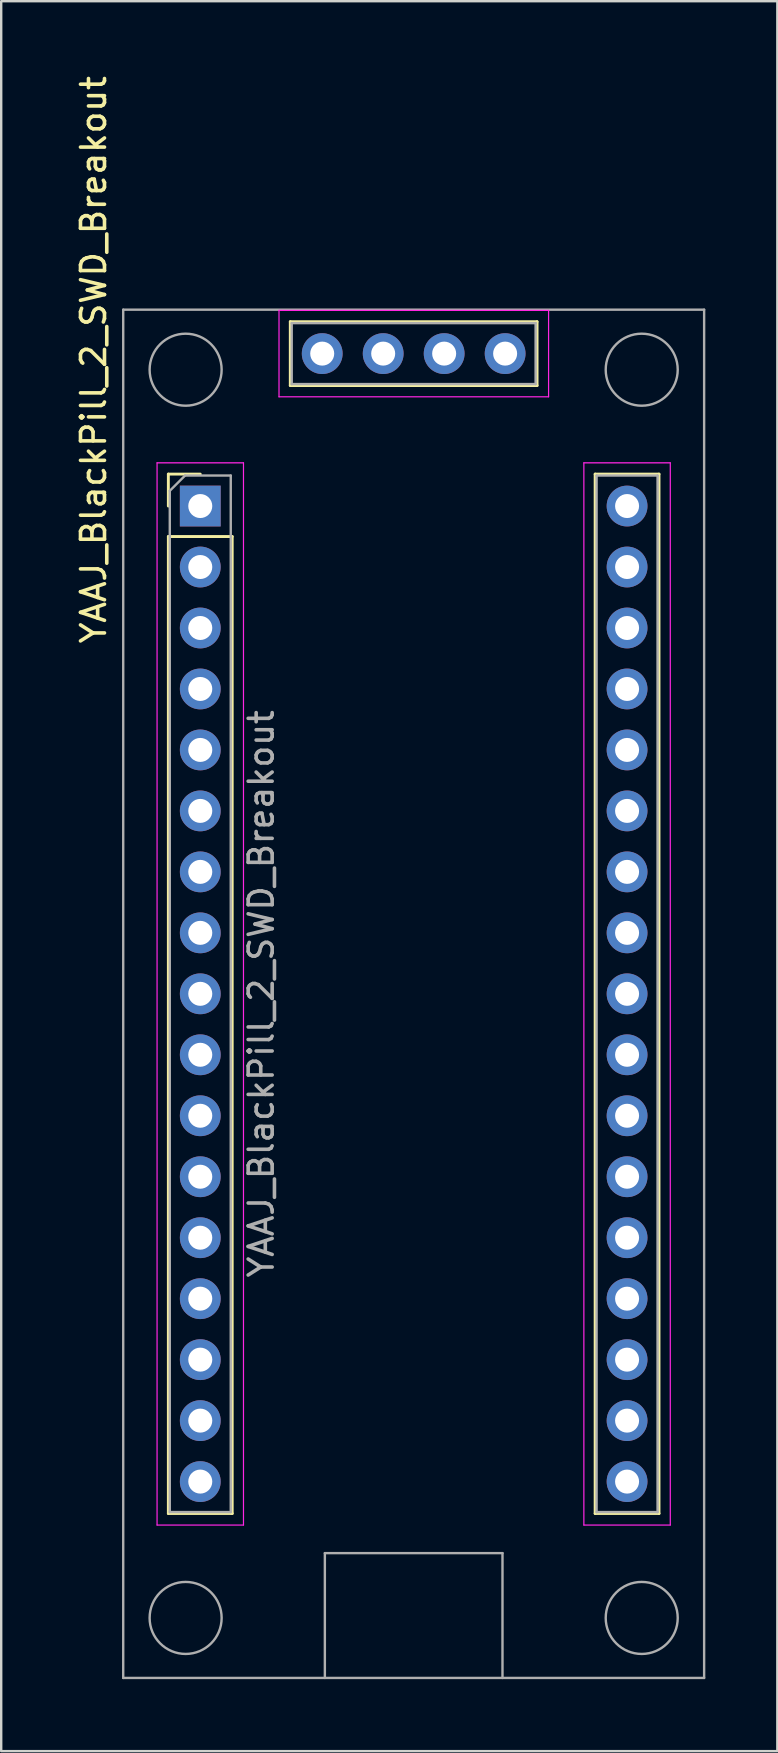
<source format=kicad_pcb>
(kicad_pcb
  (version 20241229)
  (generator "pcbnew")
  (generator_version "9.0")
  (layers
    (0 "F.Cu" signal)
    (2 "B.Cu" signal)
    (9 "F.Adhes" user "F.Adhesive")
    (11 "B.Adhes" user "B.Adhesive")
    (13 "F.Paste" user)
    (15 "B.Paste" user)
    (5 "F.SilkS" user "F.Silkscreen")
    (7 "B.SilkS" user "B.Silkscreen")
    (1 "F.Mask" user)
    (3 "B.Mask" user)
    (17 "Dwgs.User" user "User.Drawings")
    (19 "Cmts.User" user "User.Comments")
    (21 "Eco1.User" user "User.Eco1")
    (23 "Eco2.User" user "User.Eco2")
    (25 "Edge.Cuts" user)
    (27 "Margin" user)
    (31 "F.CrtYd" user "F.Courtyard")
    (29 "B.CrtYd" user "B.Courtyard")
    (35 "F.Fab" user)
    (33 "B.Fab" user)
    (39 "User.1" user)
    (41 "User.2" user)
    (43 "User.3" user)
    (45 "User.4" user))
  (footprint "YAAJ_BlackPill_2_SWD_Breakout"
    (layer "F.Cu")
    (at 14.183 38.351)
    (property "Reference" "YAAJ_BlackPill_2_SWD_Breakout" (at -13.335 -26.416 90) (layer "F.SilkS") (effects (font (size 1 1) (thickness 0.15))))
    (attr through_hole)
    (fp_line (start -10.22 -21.65) (end -8.89 -21.65) (stroke (width 0.12) (type solid)) (layer "F.SilkS"))
    (fp_line (start -10.22 -20.32) (end -10.22 -21.65) (stroke (width 0.12) (type solid)) (layer "F.SilkS"))
    (fp_line (start -10.22 -19.05) (end -10.22 21.65) (stroke (width 0.12) (type solid)) (layer "F.SilkS"))
    (fp_line (start -10.22 -19.05) (end -7.56 -19.05) (stroke (width 0.12) (type solid)) (layer "F.SilkS"))
    (fp_line (start -10.22 21.65) (end -7.56 21.65) (stroke (width 0.12) (type solid)) (layer "F.SilkS"))
    (fp_line (start -7.56 -19.05) (end -7.56 21.65) (stroke (width 0.12) (type solid)) (layer "F.SilkS"))
    (fp_line (start -5.14 -28) (end 5.14 -28) (stroke (width 0.12) (type solid)) (layer "F.SilkS"))
    (fp_line (start -5.14 -25.34) (end -5.14 -28) (stroke (width 0.12) (type solid)) (layer "F.SilkS"))
    (fp_line (start -5.14 -25.34) (end 5.14 -25.34) (stroke (width 0.12) (type solid)) (layer "F.SilkS"))
    (fp_line (start 5.14 -25.34) (end 5.14 -28) (stroke (width 0.12) (type solid)) (layer "F.SilkS"))
    (fp_line (start 7.56 -21.65) (end 7.56 21.65) (stroke (width 0.12) (type solid)) (layer "F.SilkS"))
    (fp_line (start 7.56 -21.65) (end 10.22 -21.65) (stroke (width 0.12) (type solid)) (layer "F.SilkS"))
    (fp_line (start 7.56 21.65) (end 10.22 21.65) (stroke (width 0.12) (type solid)) (layer "F.SilkS"))
    (fp_line (start 10.22 -21.65) (end 10.22 21.65) (stroke (width 0.12) (type solid)) (layer "F.SilkS"))
    (fp_line (start -10.69 -22.12) (end -10.69 22.13) (stroke (width 0.05) (type solid)) (layer "F.CrtYd"))
    (fp_line (start -10.69 22.13) (end -7.09 22.13) (stroke (width 0.05) (type solid)) (layer "F.CrtYd"))
    (fp_line (start -7.09 -22.12) (end -10.69 -22.12) (stroke (width 0.05) (type solid)) (layer "F.CrtYd"))
    (fp_line (start -7.09 22.13) (end -7.09 -22.12) (stroke (width 0.05) (type solid)) (layer "F.CrtYd"))
    (fp_line (start -5.61 -28.47) (end -5.61 -24.87) (stroke (width 0.05) (type solid)) (layer "F.CrtYd"))
    (fp_line (start -5.61 -24.87) (end 5.62 -24.87) (stroke (width 0.05) (type solid)) (layer "F.CrtYd"))
    (fp_line (start 5.62 -28.47) (end -5.61 -28.47) (stroke (width 0.05) (type solid)) (layer "F.CrtYd"))
    (fp_line (start 5.62 -24.87) (end 5.62 -28.47) (stroke (width 0.05) (type solid)) (layer "F.CrtYd"))
    (fp_line (start 7.09 -22.12) (end 7.09 22.13) (stroke (width 0.05) (type solid)) (layer "F.CrtYd"))
    (fp_line (start 7.09 22.13) (end 10.69 22.13) (stroke (width 0.05) (type solid)) (layer "F.CrtYd"))
    (fp_line (start 10.69 -22.12) (end 7.09 -22.12) (stroke (width 0.05) (type solid)) (layer "F.CrtYd"))
    (fp_line (start 10.69 22.13) (end 10.69 -22.12) (stroke (width 0.05) (type solid)) (layer "F.CrtYd"))
    (fp_line (start -12.1 -28.5) (end 12.1 -28.5) (stroke (width 0.1) (type solid)) (layer "F.Fab"))
    (fp_line (start -12.1 28.5) (end -12.1 -28.5) (stroke (width 0.1) (type solid)) (layer "F.Fab"))
    (fp_line (start -10.16 -20.955) (end -9.525 -21.59) (stroke (width 0.1) (type solid)) (layer "F.Fab"))
    (fp_line (start -10.16 21.59) (end -10.16 -20.955) (stroke (width 0.1) (type solid)) (layer "F.Fab"))
    (fp_line (start -9.525 -21.59) (end -7.62 -21.59) (stroke (width 0.1) (type solid)) (layer "F.Fab"))
    (fp_line (start -7.62 -21.59) (end -7.62 21.59) (stroke (width 0.1) (type solid)) (layer "F.Fab"))
    (fp_line (start -7.62 21.59) (end -10.16 21.59) (stroke (width 0.1) (type solid)) (layer "F.Fab"))
    (fp_line (start -5.08 -27.94) (end 5.08 -27.94) (stroke (width 0.1) (type solid)) (layer "F.Fab"))
    (fp_line (start -5.08 -25.4) (end -5.08 -27.94) (stroke (width 0.1) (type solid)) (layer "F.Fab"))
    (fp_line (start -3.7 23.3) (end -3.7 28.5) (stroke (width 0.1) (type solid)) (layer "F.Fab"))
    (fp_line (start -3.7 23.3) (end 3.7 23.3) (stroke (width 0.1) (type solid)) (layer "F.Fab"))
    (fp_line (start 3.7 23.3) (end 3.7 28.5) (stroke (width 0.1) (type solid)) (layer "F.Fab"))
    (fp_line (start 5.08 -27.94) (end 5.08 -25.4) (stroke (width 0.1) (type solid)) (layer "F.Fab"))
    (fp_line (start 5.08 -25.4) (end -5.08 -25.4) (stroke (width 0.1) (type solid)) (layer "F.Fab"))
    (fp_line (start 7.62 -21.59) (end 10.16 -21.59) (stroke (width 0.1) (type solid)) (layer "F.Fab"))
    (fp_line (start 7.62 21.59) (end 7.62 -21.59) (stroke (width 0.1) (type solid)) (layer "F.Fab"))
    (fp_line (start 10.16 -21.59) (end 10.16 21.59) (stroke (width 0.1) (type solid)) (layer "F.Fab"))
    (fp_line (start 10.16 21.59) (end 7.62 21.59) (stroke (width 0.1) (type solid)) (layer "F.Fab"))
    (fp_line (start 12.1 -28.5) (end 12.1 28.5) (stroke (width 0.1) (type solid)) (layer "F.Fab"))
    (fp_line (start 12.1 28.5) (end -12.1 28.5) (stroke (width 0.1) (type solid)) (layer "F.Fab"))
    (fp_circle (center -9.5 -26) (end -8 -26) (stroke (width 0.1) (type solid)) (fill no) (layer "F.Fab"))
    (fp_circle (center -9.5 26) (end -8 26) (stroke (width 0.1) (type solid)) (fill no) (layer "F.Fab"))
    (fp_circle (center 9.5 -26) (end 11 -26) (stroke (width 0.1) (type solid)) (fill no) (layer "F.Fab"))
    (fp_circle (center 9.5 26) (end 11 26) (stroke (width 0.1) (type solid)) (fill no) (layer "F.Fab"))
    (fp_text user "${REFERENCE}" (at -6.35 0 90) (layer "F.Fab") (effects (font (size 1 1) (thickness 0.15))))
    (pad "1" thru_hole rect (at -8.89 -20.32) (size 1.7 1.7) (drill 1) (layers "*.Cu" "*.Mask"))
    (pad "2" thru_hole oval (at -8.89 -17.78) (size 1.7 1.7) (drill 1) (layers "*.Cu" "*.Mask"))
    (pad "3" thru_hole oval (at -8.89 -15.24) (size 1.7 1.7) (drill 1) (layers "*.Cu" "*.Mask"))
    (pad "4" thru_hole oval (at -8.89 -12.7) (size 1.7 1.7) (drill 1) (layers "*.Cu" "*.Mask"))
    (pad "5" thru_hole oval (at -8.89 -10.16) (size 1.7 1.7) (drill 1) (layers "*.Cu" "*.Mask"))
    (pad "6" thru_hole oval (at -8.89 -7.62) (size 1.7 1.7) (drill 1) (layers "*.Cu" "*.Mask"))
    (pad "7" thru_hole oval (at -8.89 -5.08) (size 1.7 1.7) (drill 1) (layers "*.Cu" "*.Mask"))
    (pad "8" thru_hole oval (at -8.89 -2.54) (size 1.7 1.7) (drill 1) (layers "*.Cu" "*.Mask"))
    (pad "9" thru_hole oval (at -8.89 0) (size 1.7 1.7) (drill 1) (layers "*.Cu" "*.Mask"))
    (pad "10" thru_hole oval (at -8.89 2.54) (size 1.7 1.7) (drill 1) (layers "*.Cu" "*.Mask"))
    (pad "11" thru_hole oval (at -8.89 5.08) (size 1.7 1.7) (drill 1) (layers "*.Cu" "*.Mask"))
    (pad "12" thru_hole oval (at -8.89 7.62) (size 1.7 1.7) (drill 1) (layers "*.Cu" "*.Mask"))
    (pad "13" thru_hole oval (at -8.89 10.16) (size 1.7 1.7) (drill 1) (layers "*.Cu" "*.Mask"))
    (pad "14" thru_hole oval (at -8.89 12.7) (size 1.7 1.7) (drill 1) (layers "*.Cu" "*.Mask"))
    (pad "15" thru_hole oval (at -8.89 15.24) (size 1.7 1.7) (drill 1) (layers "*.Cu" "*.Mask"))
    (pad "16" thru_hole oval (at -8.89 17.78) (size 1.7 1.7) (drill 1) (layers "*.Cu" "*.Mask"))
    (pad "17" thru_hole oval (at -8.89 20.32) (size 1.7 1.7) (drill 1) (layers "*.Cu" "*.Mask"))
    (pad "18" thru_hole oval (at 8.89 -20.32) (size 1.7 1.7) (drill 1) (layers "*.Cu" "*.Mask"))
    (pad "19" thru_hole oval (at 8.89 -17.78) (size 1.7 1.7) (drill 1) (layers "*.Cu" "*.Mask"))
    (pad "20" thru_hole oval (at 8.89 -15.24) (size 1.7 1.7) (drill 1) (layers "*.Cu" "*.Mask"))
    (pad "21" thru_hole oval (at 8.89 -12.7) (size 1.7 1.7) (drill 1) (layers "*.Cu" "*.Mask"))
    (pad "22" thru_hole oval (at 8.89 -10.16) (size 1.7 1.7) (drill 1) (layers "*.Cu" "*.Mask"))
    (pad "23" thru_hole oval (at 8.89 -7.62) (size 1.7 1.7) (drill 1) (layers "*.Cu" "*.Mask"))
    (pad "24" thru_hole oval (at 8.89 -5.08) (size 1.7 1.7) (drill 1) (layers "*.Cu" "*.Mask"))
    (pad "25" thru_hole oval (at 8.89 -2.54) (size 1.7 1.7) (drill 1) (layers "*.Cu" "*.Mask"))
    (pad "26" thru_hole oval (at 8.89 0) (size 1.7 1.7) (drill 1) (layers "*.Cu" "*.Mask"))
    (pad "27" thru_hole oval (at 8.89 2.54) (size 1.7 1.7) (drill 1) (layers "*.Cu" "*.Mask"))
    (pad "28" thru_hole oval (at 8.89 5.08) (size 1.7 1.7) (drill 1) (layers "*.Cu" "*.Mask"))
    (pad "29" thru_hole oval (at 8.89 7.62) (size 1.7 1.7) (drill 1) (layers "*.Cu" "*.Mask"))
    (pad "30" thru_hole oval (at 8.89 10.16) (size 1.7 1.7) (drill 1) (layers "*.Cu" "*.Mask"))
    (pad "31" thru_hole oval (at 8.89 12.7) (size 1.7 1.7) (drill 1) (layers "*.Cu" "*.Mask"))
    (pad "32" thru_hole oval (at 8.89 15.24) (size 1.7 1.7) (drill 1) (layers "*.Cu" "*.Mask"))
    (pad "33" thru_hole oval (at 8.89 17.78) (size 1.7 1.7) (drill 1) (layers "*.Cu" "*.Mask"))
    (pad "34" thru_hole oval (at 8.89 20.32) (size 1.7 1.7) (drill 1) (layers "*.Cu" "*.Mask"))
    (pad "35" thru_hole oval (at -3.81 -26.67 90) (size 1.7 1.7) (drill 1) (layers "*.Cu" "*.Mask"))
    (pad "36" thru_hole oval (at -1.27 -26.67 90) (size 1.7 1.7) (drill 1) (layers "*.Cu" "*.Mask"))
    (pad "37" thru_hole oval (at 1.27 -26.67 90) (size 1.7 1.7) (drill 1) (layers "*.Cu" "*.Mask"))
    (pad "38" thru_hole oval (at 3.81 -26.67 90) (size 1.7 1.7) (drill 1) (layers "*.Cu" "*.Mask")))
  (gr_rect
    (start -3 -3)
    (end 29.333 69.901)
    (stroke (width 0.1) (type default))
    (fill no)
    (layer "Edge.Cuts")))
</source>
